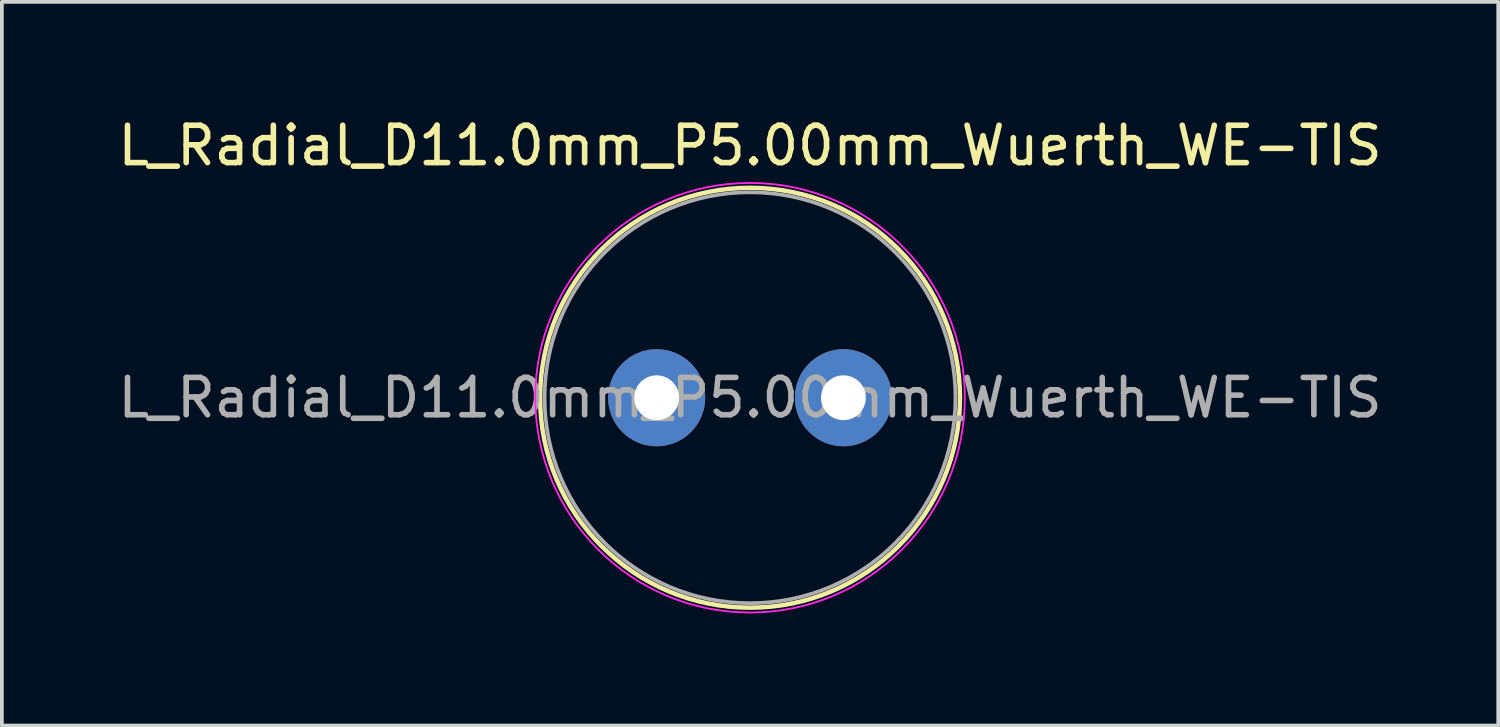
<source format=kicad_pcb>
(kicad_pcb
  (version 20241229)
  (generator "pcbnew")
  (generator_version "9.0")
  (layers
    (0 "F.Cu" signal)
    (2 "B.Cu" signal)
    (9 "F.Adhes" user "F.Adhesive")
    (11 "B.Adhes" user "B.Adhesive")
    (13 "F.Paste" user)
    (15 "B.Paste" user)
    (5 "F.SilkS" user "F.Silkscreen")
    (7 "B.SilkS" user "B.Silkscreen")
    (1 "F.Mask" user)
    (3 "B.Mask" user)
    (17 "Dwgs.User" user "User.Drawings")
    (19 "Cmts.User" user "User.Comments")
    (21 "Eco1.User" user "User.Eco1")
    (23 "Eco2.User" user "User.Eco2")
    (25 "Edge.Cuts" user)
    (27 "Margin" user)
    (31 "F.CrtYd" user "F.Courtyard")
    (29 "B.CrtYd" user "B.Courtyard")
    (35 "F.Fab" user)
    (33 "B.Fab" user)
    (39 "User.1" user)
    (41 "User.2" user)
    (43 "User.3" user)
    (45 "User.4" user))
  (footprint "L_Radial_D11.0mm_P5.00mm_Wuerth_WE-TIS"
    (layer "F.Cu")
    (at 17.03 7.598)
    (property "Reference" "L_Radial_D11.0mm_P5.00mm_Wuerth_WE-TIS" (at 0 -6.75 0) (layer "F.SilkS") (effects (font (size 1 1) (thickness 0.15))))
    (attr through_hole)
    (fp_circle (center 0 0) (end 5.62 0) (stroke (width 0.12) (type solid)) (fill no) (layer "F.SilkS"))
    (fp_circle (center 0 0) (end 5.75 0) (stroke (width 0.05) (type solid)) (fill no) (layer "F.CrtYd"))
    (fp_circle (center 0 0) (end 5.5 0) (stroke (width 0.1) (type solid)) (fill no) (layer "F.Fab"))
    (fp_text user "${REFERENCE}" (at 0 0 0) (layer "F.Fab") (effects (font (size 1 1) (thickness 0.15))))
    (pad "1" thru_hole circle (at -2.5 0) (size 2.6 2.6) (drill 1.2) (layers "*.Cu" "*.Mask"))
    (pad "2" thru_hole circle (at 2.5 0) (size 2.6 2.6) (drill 1.2) (layers "*.Cu" "*.Mask")))
  (gr_rect
    (start -3 -3)
    (end 37.06 16.373)
    (stroke (width 0.1) (type default))
    (fill no)
    (layer "Edge.Cuts")))
</source>
